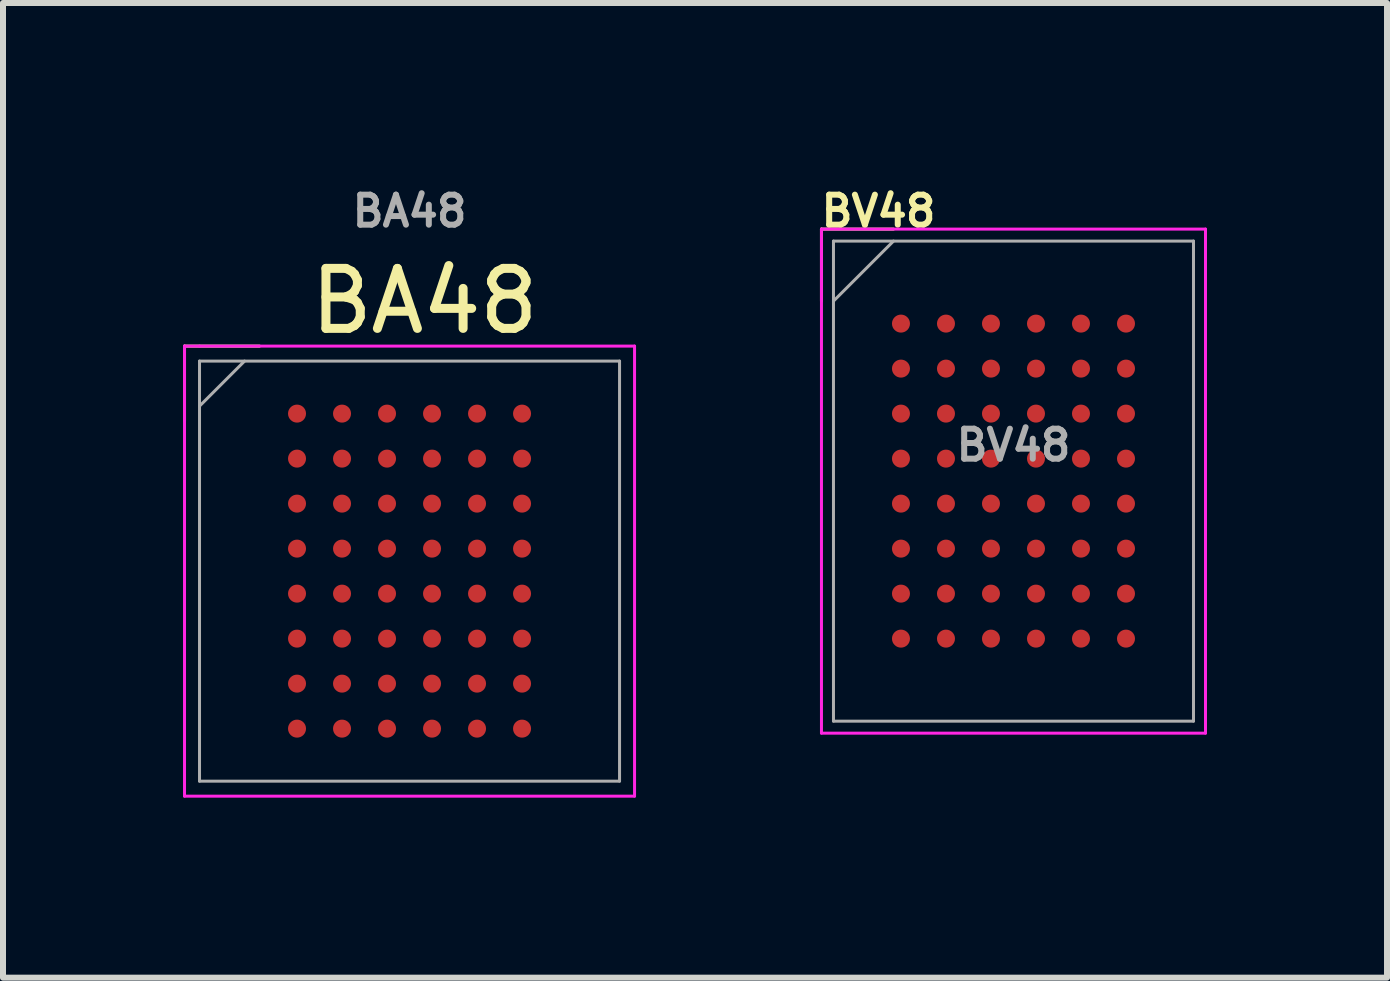
<source format=kicad_pcb>
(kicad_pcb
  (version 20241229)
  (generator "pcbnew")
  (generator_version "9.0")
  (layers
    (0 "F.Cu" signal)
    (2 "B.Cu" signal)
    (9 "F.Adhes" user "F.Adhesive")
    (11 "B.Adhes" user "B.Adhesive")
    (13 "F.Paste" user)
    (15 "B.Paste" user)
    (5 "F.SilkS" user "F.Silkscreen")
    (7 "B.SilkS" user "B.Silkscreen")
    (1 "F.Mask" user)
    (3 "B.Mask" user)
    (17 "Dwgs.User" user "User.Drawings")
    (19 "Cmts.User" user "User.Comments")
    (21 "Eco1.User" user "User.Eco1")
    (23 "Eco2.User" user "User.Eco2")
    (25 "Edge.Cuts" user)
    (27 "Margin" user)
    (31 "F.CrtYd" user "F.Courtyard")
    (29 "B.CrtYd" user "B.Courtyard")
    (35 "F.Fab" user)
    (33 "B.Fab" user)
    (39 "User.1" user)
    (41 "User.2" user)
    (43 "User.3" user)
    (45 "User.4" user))
  (footprint "BV48"
    (layer "F.Cu")
    (at 13.84 4.968)
    (property "Reference" "BV48" (at -2.25 -4.5 0) (layer "F.SilkS") (effects (font (size 0.5 0.5) (thickness 0.1))))
    (attr smd)
    (fp_line (start -3.2 -4.2) (end -3.2 -3) (stroke (width 0.05) (type solid)) (layer "F.SilkS"))
    (fp_line (start -3.2 -4.2) (end -2 -4.2) (stroke (width 0.05) (type solid)) (layer "F.SilkS"))
    (fp_line (start -3.2 -4.2) (end 3.2 -4.2) (stroke (width 0.05) (type solid)) (layer "F.CrtYd"))
    (fp_line (start -3.2 4.2) (end -3.2 -4.2) (stroke (width 0.05) (type solid)) (layer "F.CrtYd"))
    (fp_line (start 3.2 -4.2) (end 3.2 4.2) (stroke (width 0.05) (type solid)) (layer "F.CrtYd"))
    (fp_line (start 3.2 4.2) (end -3.2 4.2) (stroke (width 0.05) (type solid)) (layer "F.CrtYd"))
    (fp_line (start -3 -3) (end -2 -4) (stroke (width 0.05) (type solid)) (layer "F.Fab"))
    (fp_line (start -3 4) (end -3 -4) (stroke (width 0.05) (type solid)) (layer "F.Fab"))
    (fp_line (start -3 4) (end 3 4) (stroke (width 0.05) (type solid)) (layer "F.Fab"))
    (fp_line (start 3 -4) (end -3 -4) (stroke (width 0.05) (type solid)) (layer "F.Fab"))
    (fp_line (start 3 -4) (end 3 4) (stroke (width 0.05) (type solid)) (layer "F.Fab"))
    (fp_text user "${REFERENCE}" (at 0 -0.6 0) (layer "F.Fab") (effects (font (size 0.5 0.5) (thickness 0.1))))
    (pad "" smd rect (at -1.875 -2.625) (size 0.3 0.3) (layers "F.Paste"))
    (pad "" smd rect (at -1.875 -1.875) (size 0.3 0.3) (layers "F.Paste"))
    (pad "" smd rect (at -1.875 -1.125) (size 0.3 0.3) (layers "F.Paste"))
    (pad "" smd rect (at -1.875 -0.375) (size 0.3 0.3) (layers "F.Paste"))
    (pad "" smd rect (at -1.875 0.375) (size 0.3 0.3) (layers "F.Paste"))
    (pad "" smd rect (at -1.875 1.125) (size 0.3 0.3) (layers "F.Paste"))
    (pad "" smd rect (at -1.875 1.875) (size 0.3 0.3) (layers "F.Paste"))
    (pad "" smd rect (at -1.875 2.625) (size 0.3 0.3) (layers "F.Paste"))
    (pad "" smd rect (at -1.125 -2.625) (size 0.3 0.3) (layers "F.Paste"))
    (pad "" smd rect (at -1.125 -1.875) (size 0.3 0.3) (layers "F.Paste"))
    (pad "" smd rect (at -1.125 -1.125) (size 0.3 0.3) (layers "F.Paste"))
    (pad "" smd rect (at -1.125 -0.375) (size 0.3 0.3) (layers "F.Paste"))
    (pad "" smd rect (at -1.125 0.375) (size 0.3 0.3) (layers "F.Paste"))
    (pad "" smd rect (at -1.125 1.125) (size 0.3 0.3) (layers "F.Paste"))
    (pad "" smd rect (at -1.125 1.875) (size 0.3 0.3) (layers "F.Paste"))
    (pad "" smd rect (at -1.125 2.625) (size 0.3 0.3) (layers "F.Paste"))
    (pad "" smd rect (at -0.375 -2.625) (size 0.3 0.3) (layers "F.Paste"))
    (pad "" smd rect (at -0.375 -1.875) (size 0.3 0.3) (layers "F.Paste"))
    (pad "" smd rect (at -0.375 -1.125) (size 0.3 0.3) (layers "F.Paste"))
    (pad "" smd rect (at -0.375 -0.375) (size 0.3 0.3) (layers "F.Paste"))
    (pad "" smd rect (at -0.375 0.375) (size 0.3 0.3) (layers "F.Paste"))
    (pad "" smd rect (at -0.375 1.125) (size 0.3 0.3) (layers "F.Paste"))
    (pad "" smd rect (at -0.375 1.875) (size 0.3 0.3) (layers "F.Paste"))
    (pad "" smd rect (at -0.375 2.625) (size 0.3 0.3) (layers "F.Paste"))
    (pad "" smd rect (at 0.375 -2.625) (size 0.3 0.3) (layers "F.Paste"))
    (pad "" smd rect (at 0.375 -1.875) (size 0.3 0.3) (layers "F.Paste"))
    (pad "" smd rect (at 0.375 -1.125) (size 0.3 0.3) (layers "F.Paste"))
    (pad "" smd rect (at 0.375 -0.375) (size 0.3 0.3) (layers "F.Paste"))
    (pad "" smd rect (at 0.375 0.375) (size 0.3 0.3) (layers "F.Paste"))
    (pad "" smd rect (at 0.375 1.125) (size 0.3 0.3) (layers "F.Paste"))
    (pad "" smd rect (at 0.375 1.875) (size 0.3 0.3) (layers "F.Paste"))
    (pad "" smd rect (at 0.375 2.625) (size 0.3 0.3) (layers "F.Paste"))
    (pad "" smd rect (at 1.125 -2.625) (size 0.3 0.3) (layers "F.Paste"))
    (pad "" smd rect (at 1.125 -1.875) (size 0.3 0.3) (layers "F.Paste"))
    (pad "" smd rect (at 1.125 -1.125) (size 0.3 0.3) (layers "F.Paste"))
    (pad "" smd rect (at 1.125 -0.375) (size 0.3 0.3) (layers "F.Paste"))
    (pad "" smd rect (at 1.125 0.375) (size 0.3 0.3) (layers "F.Paste"))
    (pad "" smd rect (at 1.125 1.125) (size 0.3 0.3) (layers "F.Paste"))
    (pad "" smd rect (at 1.125 1.875) (size 0.3 0.3) (layers "F.Paste"))
    (pad "" smd rect (at 1.125 2.625) (size 0.3 0.3) (layers "F.Paste"))
    (pad "" smd rect (at 1.875 -2.625) (size 0.3 0.3) (layers "F.Paste"))
    (pad "" smd rect (at 1.875 -1.875) (size 0.3 0.3) (layers "F.Paste"))
    (pad "" smd rect (at 1.875 -1.125) (size 0.3 0.3) (layers "F.Paste"))
    (pad "" smd rect (at 1.875 -0.375) (size 0.3 0.3) (layers "F.Paste"))
    (pad "" smd rect (at 1.875 0.375) (size 0.3 0.3) (layers "F.Paste"))
    (pad "" smd rect (at 1.875 1.125) (size 0.3 0.3) (layers "F.Paste"))
    (pad "" smd rect (at 1.875 1.875) (size 0.3 0.3) (layers "F.Paste"))
    (pad "" smd rect (at 1.875 2.625) (size 0.3 0.3) (layers "F.Paste"))
    (pad "A1" smd circle (at -1.875 -2.625) (size 0.3 0.3) (layers "F.Cu" "F.Mask"))
    (pad "A2" smd circle (at -1.125 -2.625) (size 0.3 0.3) (layers "F.Cu" "F.Mask"))
    (pad "A3" smd circle (at -0.375 -2.625) (size 0.3 0.3) (layers "F.Cu" "F.Mask"))
    (pad "A4" smd circle (at 0.375 -2.625) (size 0.3 0.3) (layers "F.Cu" "F.Mask"))
    (pad "A5" smd circle (at 1.125 -2.625) (size 0.3 0.3) (layers "F.Cu" "F.Mask"))
    (pad "A6" smd circle (at 1.875 -2.625) (size 0.3 0.3) (layers "F.Cu" "F.Mask"))
    (pad "B1" smd circle (at -1.875 -1.875) (size 0.3 0.3) (layers "F.Cu" "F.Mask"))
    (pad "B2" smd circle (at -1.125 -1.875) (size 0.3 0.3) (layers "F.Cu" "F.Mask"))
    (pad "B3" smd circle (at -0.375 -1.875) (size 0.3 0.3) (layers "F.Cu" "F.Mask"))
    (pad "B4" smd circle (at 0.375 -1.875) (size 0.3 0.3) (layers "F.Cu" "F.Mask"))
    (pad "B5" smd circle (at 1.125 -1.875) (size 0.3 0.3) (layers "F.Cu" "F.Mask"))
    (pad "B6" smd circle (at 1.875 -1.875) (size 0.3 0.3) (layers "F.Cu" "F.Mask"))
    (pad "C1" smd circle (at -1.875 -1.125) (size 0.3 0.3) (layers "F.Cu" "F.Mask"))
    (pad "C2" smd circle (at -1.125 -1.125) (size 0.3 0.3) (layers "F.Cu" "F.Mask"))
    (pad "C3" smd circle (at -0.375 -1.125) (size 0.3 0.3) (layers "F.Cu" "F.Mask"))
    (pad "C4" smd circle (at 0.375 -1.125) (size 0.3 0.3) (layers "F.Cu" "F.Mask"))
    (pad "C5" smd circle (at 1.125 -1.125) (size 0.3 0.3) (layers "F.Cu" "F.Mask"))
    (pad "C6" smd circle (at 1.875 -1.125) (size 0.3 0.3) (layers "F.Cu" "F.Mask"))
    (pad "D1" smd circle (at -1.875 -0.375) (size 0.3 0.3) (layers "F.Cu" "F.Mask"))
    (pad "D2" smd circle (at -1.125 -0.375) (size 0.3 0.3) (layers "F.Cu" "F.Mask"))
    (pad "D3" smd circle (at -0.375 -0.375) (size 0.3 0.3) (layers "F.Cu" "F.Mask"))
    (pad "D4" smd circle (at 0.375 -0.375) (size 0.3 0.3) (layers "F.Cu" "F.Mask"))
    (pad "D5" smd circle (at 1.125 -0.375) (size 0.3 0.3) (layers "F.Cu" "F.Mask"))
    (pad "D6" smd circle (at 1.875 -0.375) (size 0.3 0.3) (layers "F.Cu" "F.Mask"))
    (pad "E1" smd circle (at -1.875 0.375) (size 0.3 0.3) (layers "F.Cu" "F.Mask"))
    (pad "E2" smd circle (at -1.125 0.375) (size 0.3 0.3) (layers "F.Cu" "F.Mask"))
    (pad "E3" smd circle (at -0.375 0.375) (size 0.3 0.3) (layers "F.Cu" "F.Mask"))
    (pad "E4" smd circle (at 0.375 0.375) (size 0.3 0.3) (layers "F.Cu" "F.Mask"))
    (pad "E5" smd circle (at 1.125 0.375) (size 0.3 0.3) (layers "F.Cu" "F.Mask"))
    (pad "E6" smd circle (at 1.875 0.375) (size 0.3 0.3) (layers "F.Cu" "F.Mask"))
    (pad "F1" smd circle (at -1.875 1.125) (size 0.3 0.3) (layers "F.Cu" "F.Mask"))
    (pad "F2" smd circle (at -1.125 1.125) (size 0.3 0.3) (layers "F.Cu" "F.Mask"))
    (pad "F3" smd circle (at -0.375 1.125) (size 0.3 0.3) (layers "F.Cu" "F.Mask"))
    (pad "F4" smd circle (at 0.375 1.125) (size 0.3 0.3) (layers "F.Cu" "F.Mask"))
    (pad "F5" smd circle (at 1.125 1.125) (size 0.3 0.3) (layers "F.Cu" "F.Mask"))
    (pad "F6" smd circle (at 1.875 1.125) (size 0.3 0.3) (layers "F.Cu" "F.Mask"))
    (pad "G1" smd circle (at -1.875 1.875) (size 0.3 0.3) (layers "F.Cu" "F.Mask"))
    (pad "G2" smd circle (at -1.125 1.875) (size 0.3 0.3) (layers "F.Cu" "F.Mask"))
    (pad "G3" smd circle (at -0.375 1.875) (size 0.3 0.3) (layers "F.Cu" "F.Mask"))
    (pad "G4" smd circle (at 0.375 1.875) (size 0.3 0.3) (layers "F.Cu" "F.Mask"))
    (pad "G5" smd circle (at 1.125 1.875) (size 0.3 0.3) (layers "F.Cu" "F.Mask"))
    (pad "G6" smd circle (at 1.875 1.875) (size 0.3 0.3) (layers "F.Cu" "F.Mask"))
    (pad "H1" smd circle (at -1.875 2.625) (size 0.3 0.3) (layers "F.Cu" "F.Mask"))
    (pad "H2" smd circle (at -1.125 2.625) (size 0.3 0.3) (layers "F.Cu" "F.Mask"))
    (pad "H3" smd circle (at -0.375 2.625) (size 0.3 0.3) (layers "F.Cu" "F.Mask"))
    (pad "H4" smd circle (at 0.375 2.625) (size 0.3 0.3) (layers "F.Cu" "F.Mask"))
    (pad "H5" smd circle (at 1.125 2.625) (size 0.3 0.3) (layers "F.Cu" "F.Mask"))
    (pad "H6" smd circle (at 1.875 2.625) (size 0.3 0.3) (layers "F.Cu" "F.Mask")))
  (footprint "BA48"
    (layer "F.Cu")
    (at 3.775 6.468)
    (property "Reference" "BA48" (at 0.25 -4.5 0) (layer "F.SilkS") (effects (font (size 1 1) (thickness 0.15))))
    (attr smd)
    (fp_line (start -3.75 -3.75) (end -3.75 -2.5) (stroke (width 0.05) (type solid)) (layer "F.SilkS"))
    (fp_line (start -3.75 -3.75) (end -2.5 -3.75) (stroke (width 0.05) (type solid)) (layer "F.SilkS"))
    (fp_line (start -3.75 -3.75) (end -3.5 -3.75) (stroke (width 0.05) (type solid)) (layer "F.CrtYd"))
    (fp_line (start -3.75 3.75) (end -3.75 -3.75) (stroke (width 0.05) (type solid)) (layer "F.CrtYd"))
    (fp_line (start -3.5 -3.75) (end 3.75 -3.75) (stroke (width 0.05) (type solid)) (layer "F.CrtYd"))
    (fp_line (start 3.75 -3.75) (end 3.75 3.75) (stroke (width 0.05) (type solid)) (layer "F.CrtYd"))
    (fp_line (start 3.75 3.75) (end -3.75 3.75) (stroke (width 0.05) (type solid)) (layer "F.CrtYd"))
    (fp_line (start -3.5 -2.75) (end -2.75 -3.5) (stroke (width 0.05) (type solid)) (layer "F.Fab"))
    (fp_line (start -3.5 3.5) (end -3.5 -3.5) (stroke (width 0.05) (type solid)) (layer "F.Fab"))
    (fp_line (start -3.5 3.5) (end 3.5 3.5) (stroke (width 0.05) (type solid)) (layer "F.Fab"))
    (fp_line (start 3.5 -3.5) (end -3.5 -3.5) (stroke (width 0.05) (type solid)) (layer "F.Fab"))
    (fp_line (start 3.5 -3.5) (end 3.5 3.5) (stroke (width 0.05) (type solid)) (layer "F.Fab"))
    (fp_text user "${REFERENCE}" (at 0 -6 0) (layer "F.Fab") (effects (font (size 0.5 0.5) (thickness 0.1))))
    (pad "" smd rect (at -1.875 -2.625) (size 0.3 0.3) (layers "F.Paste"))
    (pad "" smd rect (at -1.875 -1.875) (size 0.3 0.3) (layers "F.Paste"))
    (pad "" smd rect (at -1.875 -1.125) (size 0.3 0.3) (layers "F.Paste"))
    (pad "" smd rect (at -1.875 -0.375) (size 0.3 0.3) (layers "F.Paste"))
    (pad "" smd rect (at -1.875 0.375) (size 0.3 0.3) (layers "F.Paste"))
    (pad "" smd rect (at -1.875 1.125) (size 0.3 0.3) (layers "F.Paste"))
    (pad "" smd rect (at -1.875 1.875) (size 0.3 0.3) (layers "F.Paste"))
    (pad "" smd rect (at -1.875 2.625) (size 0.3 0.3) (layers "F.Paste"))
    (pad "" smd rect (at -1.125 -2.625) (size 0.3 0.3) (layers "F.Paste"))
    (pad "" smd rect (at -1.125 -1.875) (size 0.3 0.3) (layers "F.Paste"))
    (pad "" smd rect (at -1.125 -1.125) (size 0.3 0.3) (layers "F.Paste"))
    (pad "" smd rect (at -1.125 -0.375) (size 0.3 0.3) (layers "F.Paste"))
    (pad "" smd rect (at -1.125 0.375) (size 0.3 0.3) (layers "F.Paste"))
    (pad "" smd rect (at -1.125 1.125) (size 0.3 0.3) (layers "F.Paste"))
    (pad "" smd rect (at -1.125 1.875) (size 0.3 0.3) (layers "F.Paste"))
    (pad "" smd rect (at -1.125 2.625) (size 0.3 0.3) (layers "F.Paste"))
    (pad "" smd rect (at -0.375 -2.625) (size 0.3 0.3) (layers "F.Paste"))
    (pad "" smd rect (at -0.375 -1.875) (size 0.3 0.3) (layers "F.Paste"))
    (pad "" smd rect (at -0.375 -1.125) (size 0.3 0.3) (layers "F.Paste"))
    (pad "" smd rect (at -0.375 -0.375) (size 0.3 0.3) (layers "F.Paste"))
    (pad "" smd rect (at -0.375 0.375) (size 0.3 0.3) (layers "F.Paste"))
    (pad "" smd rect (at -0.375 1.125) (size 0.3 0.3) (layers "F.Paste"))
    (pad "" smd rect (at -0.375 1.875) (size 0.3 0.3) (layers "F.Paste"))
    (pad "" smd rect (at -0.375 2.625) (size 0.3 0.3) (layers "F.Paste"))
    (pad "" smd rect (at 0.375 -2.625) (size 0.3 0.3) (layers "F.Paste"))
    (pad "" smd rect (at 0.375 -1.875) (size 0.3 0.3) (layers "F.Paste"))
    (pad "" smd rect (at 0.375 -1.125) (size 0.3 0.3) (layers "F.Paste"))
    (pad "" smd rect (at 0.375 -0.375) (size 0.3 0.3) (layers "F.Paste"))
    (pad "" smd rect (at 0.375 0.375) (size 0.3 0.3) (layers "F.Paste"))
    (pad "" smd rect (at 0.375 1.125) (size 0.3 0.3) (layers "F.Paste"))
    (pad "" smd rect (at 0.375 1.875) (size 0.3 0.3) (layers "F.Paste"))
    (pad "" smd rect (at 0.375 2.625) (size 0.3 0.3) (layers "F.Paste"))
    (pad "" smd rect (at 1.125 -2.625) (size 0.3 0.3) (layers "F.Paste"))
    (pad "" smd rect (at 1.125 -1.875) (size 0.3 0.3) (layers "F.Paste"))
    (pad "" smd rect (at 1.125 -1.125) (size 0.3 0.3) (layers "F.Paste"))
    (pad "" smd rect (at 1.125 -0.375) (size 0.3 0.3) (layers "F.Paste"))
    (pad "" smd rect (at 1.125 0.375) (size 0.3 0.3) (layers "F.Paste"))
    (pad "" smd rect (at 1.125 1.125) (size 0.3 0.3) (layers "F.Paste"))
    (pad "" smd rect (at 1.125 1.875) (size 0.3 0.3) (layers "F.Paste"))
    (pad "" smd rect (at 1.125 2.625) (size 0.3 0.3) (layers "F.Paste"))
    (pad "" smd rect (at 1.875 -2.625) (size 0.3 0.3) (layers "F.Paste"))
    (pad "" smd rect (at 1.875 -1.875) (size 0.3 0.3) (layers "F.Paste"))
    (pad "" smd rect (at 1.875 -1.125) (size 0.3 0.3) (layers "F.Paste"))
    (pad "" smd rect (at 1.875 -0.375) (size 0.3 0.3) (layers "F.Paste"))
    (pad "" smd rect (at 1.875 0.375) (size 0.3 0.3) (layers "F.Paste"))
    (pad "" smd rect (at 1.875 1.125) (size 0.3 0.3) (layers "F.Paste"))
    (pad "" smd rect (at 1.875 1.875) (size 0.3 0.3) (layers "F.Paste"))
    (pad "" smd rect (at 1.875 2.625) (size 0.3 0.3) (layers "F.Paste"))
    (pad "A1" smd circle (at -1.875 -2.625) (size 0.3 0.3) (layers "F.Cu" "F.Mask"))
    (pad "A2" smd circle (at -1.125 -2.625) (size 0.3 0.3) (layers "F.Cu" "F.Mask"))
    (pad "A3" smd circle (at -0.375 -2.625) (size 0.3 0.3) (layers "F.Cu" "F.Mask"))
    (pad "A4" smd circle (at 0.375 -2.625) (size 0.3 0.3) (layers "F.Cu" "F.Mask"))
    (pad "A5" smd circle (at 1.125 -2.625) (size 0.3 0.3) (layers "F.Cu" "F.Mask"))
    (pad "A6" smd circle (at 1.875 -2.625) (size 0.3 0.3) (layers "F.Cu" "F.Mask"))
    (pad "B1" smd circle (at -1.875 -1.875) (size 0.3 0.3) (layers "F.Cu" "F.Mask"))
    (pad "B2" smd circle (at -1.125 -1.875) (size 0.3 0.3) (layers "F.Cu" "F.Mask"))
    (pad "B3" smd circle (at -0.375 -1.875) (size 0.3 0.3) (layers "F.Cu" "F.Mask"))
    (pad "B4" smd circle (at 0.375 -1.875) (size 0.3 0.3) (layers "F.Cu" "F.Mask"))
    (pad "B5" smd circle (at 1.125 -1.875) (size 0.3 0.3) (layers "F.Cu" "F.Mask"))
    (pad "B6" smd circle (at 1.875 -1.875) (size 0.3 0.3) (layers "F.Cu" "F.Mask"))
    (pad "C1" smd circle (at -1.875 -1.125) (size 0.3 0.3) (layers "F.Cu" "F.Mask"))
    (pad "C2" smd circle (at -1.125 -1.125) (size 0.3 0.3) (layers "F.Cu" "F.Mask"))
    (pad "C3" smd circle (at -0.375 -1.125) (size 0.3 0.3) (layers "F.Cu" "F.Mask"))
    (pad "C4" smd circle (at 0.375 -1.125) (size 0.3 0.3) (layers "F.Cu" "F.Mask"))
    (pad "C5" smd circle (at 1.125 -1.125) (size 0.3 0.3) (layers "F.Cu" "F.Mask"))
    (pad "C6" smd circle (at 1.875 -1.125) (size 0.3 0.3) (layers "F.Cu" "F.Mask"))
    (pad "D1" smd circle (at -1.875 -0.375) (size 0.3 0.3) (layers "F.Cu" "F.Mask"))
    (pad "D2" smd circle (at -1.125 -0.375) (size 0.3 0.3) (layers "F.Cu" "F.Mask"))
    (pad "D3" smd circle (at -0.375 -0.375) (size 0.3 0.3) (layers "F.Cu" "F.Mask"))
    (pad "D4" smd circle (at 0.375 -0.375) (size 0.3 0.3) (layers "F.Cu" "F.Mask"))
    (pad "D5" smd circle (at 1.125 -0.375) (size 0.3 0.3) (layers "F.Cu" "F.Mask"))
    (pad "D6" smd circle (at 1.875 -0.375) (size 0.3 0.3) (layers "F.Cu" "F.Mask"))
    (pad "E1" smd circle (at -1.875 0.375) (size 0.3 0.3) (layers "F.Cu" "F.Mask"))
    (pad "E2" smd circle (at -1.125 0.375) (size 0.3 0.3) (layers "F.Cu" "F.Mask"))
    (pad "E3" smd circle (at -0.375 0.375) (size 0.3 0.3) (layers "F.Cu" "F.Mask"))
    (pad "E4" smd circle (at 0.375 0.375) (size 0.3 0.3) (layers "F.Cu" "F.Mask"))
    (pad "E5" smd circle (at 1.125 0.375) (size 0.3 0.3) (layers "F.Cu" "F.Mask"))
    (pad "E6" smd circle (at 1.875 0.375) (size 0.3 0.3) (layers "F.Cu" "F.Mask"))
    (pad "F1" smd circle (at -1.875 1.125) (size 0.3 0.3) (layers "F.Cu" "F.Mask"))
    (pad "F2" smd circle (at -1.125 1.125) (size 0.3 0.3) (layers "F.Cu" "F.Mask"))
    (pad "F3" smd circle (at -0.375 1.125) (size 0.3 0.3) (layers "F.Cu" "F.Mask"))
    (pad "F4" smd circle (at 0.375 1.125) (size 0.3 0.3) (layers "F.Cu" "F.Mask"))
    (pad "F5" smd circle (at 1.125 1.125) (size 0.3 0.3) (layers "F.Cu" "F.Mask"))
    (pad "F6" smd circle (at 1.875 1.125) (size 0.3 0.3) (layers "F.Cu" "F.Mask"))
    (pad "G1" smd circle (at -1.875 1.875) (size 0.3 0.3) (layers "F.Cu" "F.Mask"))
    (pad "G2" smd circle (at -1.125 1.875) (size 0.3 0.3) (layers "F.Cu" "F.Mask"))
    (pad "G3" smd circle (at -0.375 1.875) (size 0.3 0.3) (layers "F.Cu" "F.Mask"))
    (pad "G4" smd circle (at 0.375 1.875) (size 0.3 0.3) (layers "F.Cu" "F.Mask"))
    (pad "G5" smd circle (at 1.125 1.875) (size 0.3 0.3) (layers "F.Cu" "F.Mask"))
    (pad "G6" smd circle (at 1.875 1.875) (size 0.3 0.3) (layers "F.Cu" "F.Mask"))
    (pad "H1" smd circle (at -1.875 2.625) (size 0.3 0.3) (layers "F.Cu" "F.Mask"))
    (pad "H2" smd circle (at -1.125 2.625) (size 0.3 0.3) (layers "F.Cu" "F.Mask"))
    (pad "H3" smd circle (at -0.375 2.625) (size 0.3 0.3) (layers "F.Cu" "F.Mask"))
    (pad "H4" smd circle (at 0.375 2.625) (size 0.3 0.3) (layers "F.Cu" "F.Mask"))
    (pad "H5" smd circle (at 1.125 2.625) (size 0.3 0.3) (layers "F.Cu" "F.Mask"))
    (pad "H6" smd circle (at 1.875 2.625) (size 0.3 0.3) (layers "F.Cu" "F.Mask")))
  (gr_rect
    (start -3 -3)
    (end 20.065 13.243)
    (stroke (width 0.1) (type default))
    (fill no)
    (layer "Edge.Cuts")))
</source>
